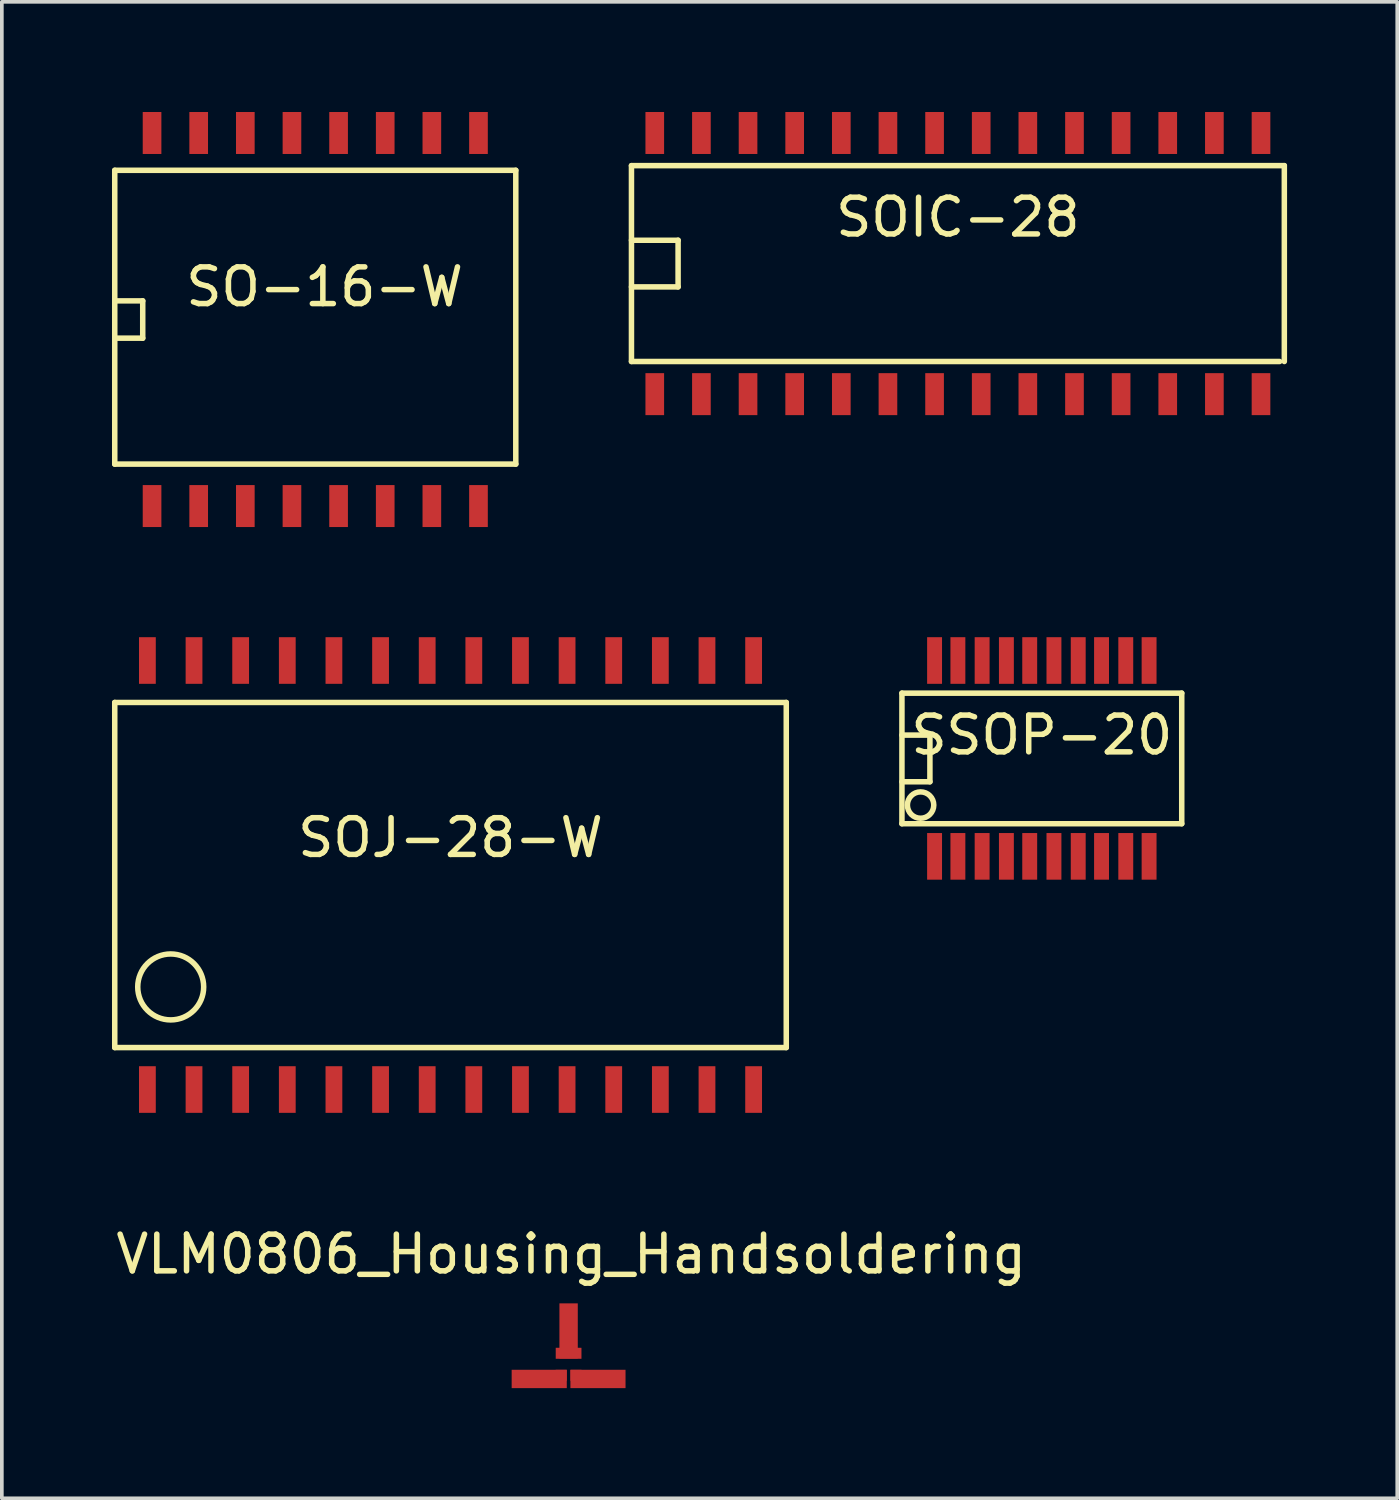
<source format=kicad_pcb>
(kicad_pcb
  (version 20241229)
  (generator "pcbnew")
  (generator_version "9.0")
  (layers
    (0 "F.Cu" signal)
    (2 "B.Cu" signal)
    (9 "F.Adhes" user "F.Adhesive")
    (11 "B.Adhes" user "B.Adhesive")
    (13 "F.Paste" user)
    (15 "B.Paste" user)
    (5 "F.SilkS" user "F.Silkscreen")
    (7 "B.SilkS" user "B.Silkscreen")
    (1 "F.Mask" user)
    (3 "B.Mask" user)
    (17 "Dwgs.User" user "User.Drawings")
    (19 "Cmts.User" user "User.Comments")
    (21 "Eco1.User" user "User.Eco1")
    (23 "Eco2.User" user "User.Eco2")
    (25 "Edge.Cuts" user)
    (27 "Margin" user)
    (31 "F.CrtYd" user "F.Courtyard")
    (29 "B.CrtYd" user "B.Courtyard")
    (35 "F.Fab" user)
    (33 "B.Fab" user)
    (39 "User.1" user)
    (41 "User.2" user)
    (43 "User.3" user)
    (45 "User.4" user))
  (footprint "SO-16-W"
    (layer "F.Cu")
    (at 5.536 5.652)
    (property "Reference" "SO-16-W" (at 0.254 -0.889 0) (layer "F.SilkS") (effects (font (size 1 1) (thickness 0.15))))
    (attr smd)
    (fp_line (start -5.461 -4.064) (end 5.461 -4.064) (stroke (width 0.15) (type solid)) (layer "F.SilkS"))
    (fp_line (start -5.461 -0.508) (end -4.699 -0.508) (stroke (width 0.15) (type solid)) (layer "F.SilkS"))
    (fp_line (start -5.461 3.937) (end -5.461 -4.064) (stroke (width 0.15) (type solid)) (layer "F.SilkS"))
    (fp_line (start -4.699 -0.508) (end -4.699 0.508) (stroke (width 0.15) (type solid)) (layer "F.SilkS"))
    (fp_line (start -4.699 0.508) (end -5.461 0.508) (stroke (width 0.15) (type solid)) (layer "F.SilkS"))
    (fp_line (start 5.461 -4.064) (end 5.461 3.937) (stroke (width 0.15) (type solid)) (layer "F.SilkS"))
    (fp_line (start 5.461 3.937) (end -5.461 3.937) (stroke (width 0.15) (type solid)) (layer "F.SilkS"))
    (pad "1" smd rect (at -4.445 5.08) (size 0.508 1.143) (layers "F.Cu" "F.Mask" "F.Paste"))
    (pad "2" smd rect (at -3.175 5.08) (size 0.508 1.143) (layers "F.Cu" "F.Mask" "F.Paste"))
    (pad "3" smd rect (at -1.905 5.08) (size 0.508 1.143) (layers "F.Cu" "F.Mask" "F.Paste"))
    (pad "4" smd rect (at -0.635 5.08) (size 0.508 1.143) (layers "F.Cu" "F.Mask" "F.Paste"))
    (pad "5" smd rect (at 0.635 5.08) (size 0.508 1.143) (layers "F.Cu" "F.Mask" "F.Paste"))
    (pad "6" smd rect (at 1.905 5.08) (size 0.508 1.143) (layers "F.Cu" "F.Mask" "F.Paste"))
    (pad "7" smd rect (at 3.175 5.08) (size 0.508 1.143) (layers "F.Cu" "F.Mask" "F.Paste"))
    (pad "8" smd rect (at 4.445 5.08) (size 0.508 1.143) (layers "F.Cu" "F.Mask" "F.Paste"))
    (pad "9" smd rect (at 4.445 -5.08) (size 0.508 1.143) (layers "F.Cu" "F.Mask" "F.Paste"))
    (pad "10" smd rect (at 3.175 -5.08) (size 0.508 1.143) (layers "F.Cu" "F.Mask" "F.Paste"))
    (pad "11" smd rect (at 1.905 -5.08) (size 0.508 1.143) (layers "F.Cu" "F.Mask" "F.Paste"))
    (pad "12" smd rect (at 0.635 -5.08) (size 0.508 1.143) (layers "F.Cu" "F.Mask" "F.Paste"))
    (pad "13" smd rect (at -0.635 -5.08) (size 0.508 1.143) (layers "F.Cu" "F.Mask" "F.Paste"))
    (pad "14" smd rect (at -1.905 -5.08) (size 0.508 1.143) (layers "F.Cu" "F.Mask" "F.Paste"))
    (pad "15" smd rect (at -3.175 -5.08) (size 0.508 1.143) (layers "F.Cu" "F.Mask" "F.Paste"))
    (pad "16" smd rect (at -4.445 -5.08) (size 0.508 1.143) (layers "F.Cu" "F.Mask" "F.Paste")))
  (footprint "SSOP-20"
    (layer "F.Cu")
    (at 25.323 17.605)
    (property "Reference" "SSOP-20" (at 0 -0.635 0) (layer "F.SilkS") (effects (font (size 1 1) (thickness 0.15))))
    (attr smd)
    (fp_line (start -3.81 -0.635) (end -3.048 -0.635) (stroke (width 0.15) (type solid)) (layer "F.SilkS"))
    (fp_line (start -3.81 1.778) (end -3.81 -1.778) (stroke (width 0.15) (type solid)) (layer "F.SilkS"))
    (fp_line (start -3.81 1.778) (end 3.81 1.778) (stroke (width 0.15) (type solid)) (layer "F.SilkS"))
    (fp_line (start -3.048 -0.635) (end -3.048 0.635) (stroke (width 0.15) (type solid)) (layer "F.SilkS"))
    (fp_line (start -3.048 0.635) (end -3.81 0.635) (stroke (width 0.15) (type solid)) (layer "F.SilkS"))
    (fp_line (start 3.81 -1.778) (end -3.81 -1.778) (stroke (width 0.15) (type solid)) (layer "F.SilkS"))
    (fp_line (start 3.81 -1.778) (end 3.81 1.778) (stroke (width 0.15) (type solid)) (layer "F.SilkS"))
    (fp_circle (center -3.302 1.27) (end -3.556 1.016) (stroke (width 0.15) (type solid)) (fill no) (layer "F.SilkS"))
    (pad "1" smd rect (at -2.921 2.667) (size 0.406 1.27) (layers "F.Cu" "F.Mask" "F.Paste"))
    (pad "2" smd rect (at -2.286 2.667) (size 0.406 1.27) (layers "F.Cu" "F.Mask" "F.Paste"))
    (pad "3" smd rect (at -1.626 2.667) (size 0.406 1.27) (layers "F.Cu" "F.Mask" "F.Paste"))
    (pad "4" smd rect (at -0.965 2.667) (size 0.406 1.27) (layers "F.Cu" "F.Mask" "F.Paste"))
    (pad "5" smd rect (at -0.33 2.667) (size 0.406 1.27) (layers "F.Cu" "F.Mask" "F.Paste"))
    (pad "6" smd rect (at 0.33 2.667) (size 0.406 1.27) (layers "F.Cu" "F.Mask" "F.Paste"))
    (pad "7" smd rect (at 0.991 2.667) (size 0.406 1.27) (layers "F.Cu" "F.Mask" "F.Paste"))
    (pad "8" smd rect (at 1.626 2.667) (size 0.406 1.27) (layers "F.Cu" "F.Mask" "F.Paste"))
    (pad "9" smd rect (at 2.286 2.667) (size 0.406 1.27) (layers "F.Cu" "F.Mask" "F.Paste"))
    (pad "10" smd rect (at 2.921 2.667) (size 0.406 1.27) (layers "F.Cu" "F.Mask" "F.Paste"))
    (pad "11" smd rect (at 2.921 -2.667) (size 0.406 1.27) (layers "F.Cu" "F.Mask" "F.Paste"))
    (pad "12" smd rect (at 2.286 -2.667) (size 0.406 1.27) (layers "F.Cu" "F.Mask" "F.Paste"))
    (pad "13" smd rect (at 1.626 -2.667) (size 0.406 1.27) (layers "F.Cu" "F.Mask" "F.Paste"))
    (pad "14" smd rect (at 0.991 -2.667) (size 0.406 1.27) (layers "F.Cu" "F.Mask" "F.Paste"))
    (pad "15" smd rect (at 0.33 -2.667) (size 0.406 1.27) (layers "F.Cu" "F.Mask" "F.Paste"))
    (pad "16" smd rect (at -0.33 -2.667) (size 0.406 1.27) (layers "F.Cu" "F.Mask" "F.Paste"))
    (pad "17" smd rect (at -0.965 -2.667) (size 0.406 1.27) (layers "F.Cu" "F.Mask" "F.Paste"))
    (pad "18" smd rect (at -1.626 -2.667) (size 0.406 1.27) (layers "F.Cu" "F.Mask" "F.Paste"))
    (pad "19" smd rect (at -2.286 -2.667) (size 0.406 1.27) (layers "F.Cu" "F.Mask" "F.Paste"))
    (pad "20" smd rect (at -2.921 -2.667) (size 0.406 1.27) (layers "F.Cu" "F.Mask" "F.Paste")))
  (footprint "VLM0806_Housing_Handsoldering"
    (layer "F.Cu")
    (at 12.435 34.105)
    (property "Reference" "VLM0806_Housing_Handsoldering" (at 0.071 -3 0) (layer "F.SilkS") (effects (font (size 1 1) (thickness 0.15))))
    (attr smd)
    (pad "1" smd rect (at 0.201 0.3) (size 0.3 0.3) (layers "F.Cu" "F.Mask" "F.Paste"))
    (pad "1" smd rect (at 0.8 0.399) (size 1.501 0.5) (layers "F.Cu" "F.Mask" "F.Paste"))
    (pad "2" smd rect (at -0.8 0.399) (size 1.501 0.5) (layers "F.Cu" "F.Mask" "F.Paste"))
    (pad "2" smd rect (at -0.201 0.3) (size 0.3 0.3) (layers "F.Cu" "F.Mask" "F.Paste"))
    (pad "3" smd rect (at 0 -0.909 90) (size 1.501 0.5) (layers "F.Cu" "F.Mask" "F.Paste"))
    (pad "3" smd rect (at 0 -0.3) (size 0.701 0.3) (layers "F.Cu" "F.Mask" "F.Paste")))
  (footprint "SOJ-28-W"
    (layer "F.Cu")
    (at 9.219 20.78)
    (property "Reference" "SOJ-28-W" (at 0 -1.016 0) (layer "F.SilkS") (effects (font (size 1 1) (thickness 0.15))))
    (attr smd)
    (fp_line (start -9.144 -4.699) (end -9.144 4.699) (stroke (width 0.15) (type solid)) (layer "F.SilkS"))
    (fp_line (start -9.144 -4.699) (end 9.144 -4.699) (stroke (width 0.15) (type solid)) (layer "F.SilkS"))
    (fp_line (start 9.144 4.699) (end -9.144 4.699) (stroke (width 0.15) (type solid)) (layer "F.SilkS"))
    (fp_line (start 9.144 4.699) (end 9.144 -4.699) (stroke (width 0.15) (type solid)) (layer "F.SilkS"))
    (fp_circle (center -7.62 3.048) (end -8.255 2.413) (stroke (width 0.15) (type solid)) (fill no) (layer "F.SilkS"))
    (pad "1" smd rect (at -8.255 5.842) (size 0.457 1.27) (layers "F.Cu" "F.Mask" "F.Paste"))
    (pad "2" smd rect (at -6.985 5.842) (size 0.457 1.27) (layers "F.Cu" "F.Mask" "F.Paste"))
    (pad "3" smd rect (at -5.715 5.842) (size 0.457 1.27) (layers "F.Cu" "F.Mask" "F.Paste"))
    (pad "4" smd rect (at -4.445 5.842) (size 0.457 1.27) (layers "F.Cu" "F.Mask" "F.Paste"))
    (pad "5" smd rect (at -3.175 5.842) (size 0.457 1.27) (layers "F.Cu" "F.Mask" "F.Paste"))
    (pad "6" smd rect (at -1.905 5.842) (size 0.457 1.27) (layers "F.Cu" "F.Mask" "F.Paste"))
    (pad "7" smd rect (at -0.635 5.842) (size 0.457 1.27) (layers "F.Cu" "F.Mask" "F.Paste"))
    (pad "8" smd rect (at 0.635 5.842) (size 0.457 1.27) (layers "F.Cu" "F.Mask" "F.Paste"))
    (pad "9" smd rect (at 1.905 5.842) (size 0.457 1.27) (layers "F.Cu" "F.Mask" "F.Paste"))
    (pad "10" smd rect (at 3.175 5.842) (size 0.457 1.27) (layers "F.Cu" "F.Mask" "F.Paste"))
    (pad "11" smd rect (at 4.445 5.842) (size 0.457 1.27) (layers "F.Cu" "F.Mask" "F.Paste"))
    (pad "12" smd rect (at 5.715 5.842) (size 0.457 1.27) (layers "F.Cu" "F.Mask" "F.Paste"))
    (pad "13" smd rect (at 6.985 5.842) (size 0.457 1.27) (layers "F.Cu" "F.Mask" "F.Paste"))
    (pad "14" smd rect (at 8.255 5.842) (size 0.457 1.27) (layers "F.Cu" "F.Mask" "F.Paste"))
    (pad "15" smd rect (at 8.255 -5.842) (size 0.457 1.27) (layers "F.Cu" "F.Mask" "F.Paste"))
    (pad "16" smd rect (at 6.985 -5.842) (size 0.457 1.27) (layers "F.Cu" "F.Mask" "F.Paste"))
    (pad "17" smd rect (at 5.715 -5.842) (size 0.457 1.27) (layers "F.Cu" "F.Mask" "F.Paste"))
    (pad "18" smd rect (at 4.445 -5.842) (size 0.457 1.27) (layers "F.Cu" "F.Mask" "F.Paste"))
    (pad "19" smd rect (at 3.175 -5.842) (size 0.457 1.27) (layers "F.Cu" "F.Mask" "F.Paste"))
    (pad "20" smd rect (at 1.905 -5.842) (size 0.457 1.27) (layers "F.Cu" "F.Mask" "F.Paste"))
    (pad "21" smd rect (at 0.635 -5.842) (size 0.457 1.27) (layers "F.Cu" "F.Mask" "F.Paste"))
    (pad "22" smd rect (at -0.635 -5.842) (size 0.457 1.27) (layers "F.Cu" "F.Mask" "F.Paste"))
    (pad "23" smd rect (at -1.905 -5.842) (size 0.457 1.27) (layers "F.Cu" "F.Mask" "F.Paste"))
    (pad "24" smd rect (at -3.175 -5.842) (size 0.457 1.27) (layers "F.Cu" "F.Mask" "F.Paste"))
    (pad "25" smd rect (at -4.445 -5.842) (size 0.457 1.27) (layers "F.Cu" "F.Mask" "F.Paste"))
    (pad "26" smd rect (at -5.715 -5.842) (size 0.457 1.27) (layers "F.Cu" "F.Mask" "F.Paste"))
    (pad "27" smd rect (at -6.985 -5.842) (size 0.457 1.27) (layers "F.Cu" "F.Mask" "F.Paste"))
    (pad "28" smd rect (at -8.255 -5.842) (size 0.457 1.27) (layers "F.Cu" "F.Mask" "F.Paste")))
  (footprint "SOIC-28"
    (layer "F.Cu")
    (at 23.037 4.128)
    (property "Reference" "SOIC-28" (at 0 -1.262 0) (layer "F.SilkS") (effects (font (size 1 1) (thickness 0.15))))
    (attr smd)
    (fp_line (start -8.89 -2.667) (end -8.89 2.667) (stroke (width 0.15) (type solid)) (layer "F.SilkS"))
    (fp_line (start -8.89 -2.667) (end 8.89 -2.667) (stroke (width 0.15) (type solid)) (layer "F.SilkS"))
    (fp_line (start -8.89 -0.635) (end -7.62 -0.635) (stroke (width 0.15) (type solid)) (layer "F.SilkS"))
    (fp_line (start -7.62 -0.635) (end -7.62 0.635) (stroke (width 0.15) (type solid)) (layer "F.SilkS"))
    (fp_line (start -7.62 0.635) (end -8.89 0.635) (stroke (width 0.15) (type solid)) (layer "F.SilkS"))
    (fp_line (start 8.763 2.667) (end -8.89 2.667) (stroke (width 0.15) (type solid)) (layer "F.SilkS"))
    (fp_line (start 8.89 2.667) (end 8.89 -2.667) (stroke (width 0.15) (type solid)) (layer "F.SilkS"))
    (pad "1" smd rect (at -8.255 3.556) (size 0.508 1.143) (layers "F.Cu" "F.Mask" "F.Paste"))
    (pad "2" smd rect (at -6.985 3.556) (size 0.508 1.143) (layers "F.Cu" "F.Mask" "F.Paste"))
    (pad "3" smd rect (at -5.715 3.556) (size 0.508 1.143) (layers "F.Cu" "F.Mask" "F.Paste"))
    (pad "4" smd rect (at -4.445 3.556) (size 0.508 1.143) (layers "F.Cu" "F.Mask" "F.Paste"))
    (pad "5" smd rect (at -3.175 3.556) (size 0.508 1.143) (layers "F.Cu" "F.Mask" "F.Paste"))
    (pad "6" smd rect (at -1.905 3.556) (size 0.508 1.143) (layers "F.Cu" "F.Mask" "F.Paste"))
    (pad "7" smd rect (at -0.635 3.556) (size 0.508 1.143) (layers "F.Cu" "F.Mask" "F.Paste"))
    (pad "8" smd rect (at 0.635 3.556) (size 0.508 1.143) (layers "F.Cu" "F.Mask" "F.Paste"))
    (pad "9" smd rect (at 1.905 3.556) (size 0.508 1.143) (layers "F.Cu" "F.Mask" "F.Paste"))
    (pad "10" smd rect (at 3.175 3.556) (size 0.508 1.143) (layers "F.Cu" "F.Mask" "F.Paste"))
    (pad "11" smd rect (at 4.445 3.556) (size 0.508 1.143) (layers "F.Cu" "F.Mask" "F.Paste"))
    (pad "12" smd rect (at 5.715 3.556) (size 0.508 1.143) (layers "F.Cu" "F.Mask" "F.Paste"))
    (pad "13" smd rect (at 6.985 3.556) (size 0.508 1.143) (layers "F.Cu" "F.Mask" "F.Paste"))
    (pad "14" smd rect (at 8.255 3.556) (size 0.508 1.143) (layers "F.Cu" "F.Mask" "F.Paste"))
    (pad "15" smd rect (at 8.255 -3.556) (size 0.508 1.143) (layers "F.Cu" "F.Mask" "F.Paste"))
    (pad "16" smd rect (at 6.985 -3.556) (size 0.508 1.143) (layers "F.Cu" "F.Mask" "F.Paste"))
    (pad "17" smd rect (at 5.715 -3.556) (size 0.508 1.143) (layers "F.Cu" "F.Mask" "F.Paste"))
    (pad "18" smd rect (at 4.445 -3.556) (size 0.508 1.143) (layers "F.Cu" "F.Mask" "F.Paste"))
    (pad "19" smd rect (at 3.175 -3.556) (size 0.508 1.143) (layers "F.Cu" "F.Mask" "F.Paste"))
    (pad "20" smd rect (at 1.905 -3.556) (size 0.508 1.143) (layers "F.Cu" "F.Mask" "F.Paste"))
    (pad "21" smd rect (at 0.635 -3.556) (size 0.508 1.143) (layers "F.Cu" "F.Mask" "F.Paste"))
    (pad "22" smd rect (at -0.635 -3.556) (size 0.508 1.143) (layers "F.Cu" "F.Mask" "F.Paste"))
    (pad "23" smd rect (at -1.905 -3.556) (size 0.508 1.143) (layers "F.Cu" "F.Mask" "F.Paste"))
    (pad "24" smd rect (at -3.175 -3.556) (size 0.508 1.143) (layers "F.Cu" "F.Mask" "F.Paste"))
    (pad "25" smd rect (at -4.445 -3.556) (size 0.508 1.143) (layers "F.Cu" "F.Mask" "F.Paste"))
    (pad "26" smd rect (at -5.715 -3.556) (size 0.508 1.143) (layers "F.Cu" "F.Mask" "F.Paste"))
    (pad "27" smd rect (at -6.985 -3.556) (size 0.508 1.143) (layers "F.Cu" "F.Mask" "F.Paste"))
    (pad "28" smd rect (at -8.255 -3.556) (size 0.508 1.143) (layers "F.Cu" "F.Mask" "F.Paste")))
  (gr_rect
    (start -3 -3)
    (end 35.002 37.754)
    (stroke (width 0.1) (type default))
    (fill no)
    (layer "Edge.Cuts")))
</source>
